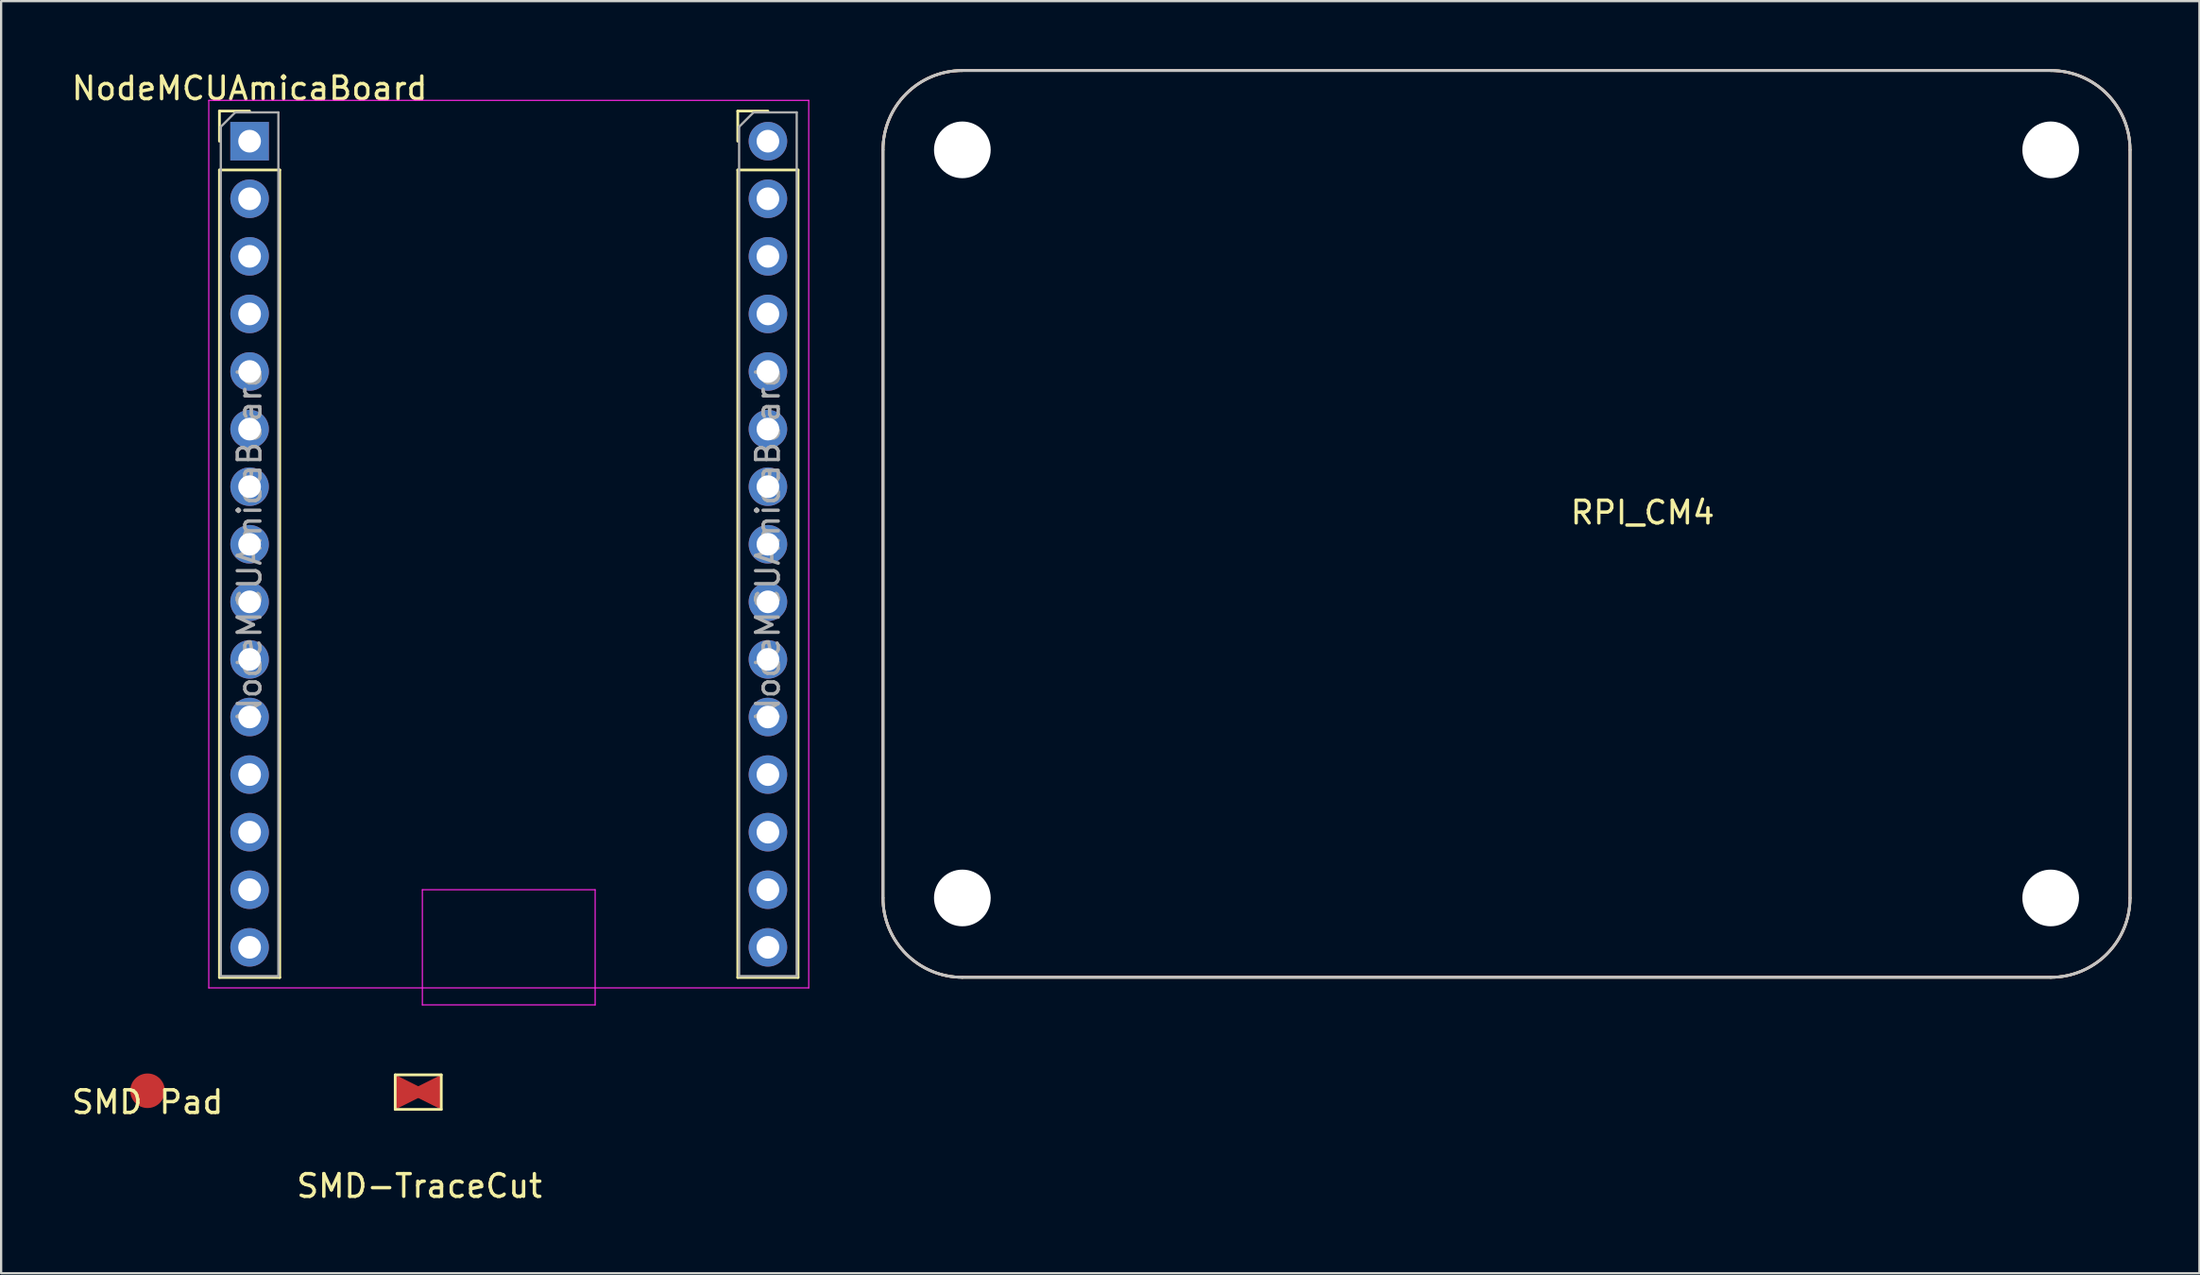
<source format=kicad_pcb>
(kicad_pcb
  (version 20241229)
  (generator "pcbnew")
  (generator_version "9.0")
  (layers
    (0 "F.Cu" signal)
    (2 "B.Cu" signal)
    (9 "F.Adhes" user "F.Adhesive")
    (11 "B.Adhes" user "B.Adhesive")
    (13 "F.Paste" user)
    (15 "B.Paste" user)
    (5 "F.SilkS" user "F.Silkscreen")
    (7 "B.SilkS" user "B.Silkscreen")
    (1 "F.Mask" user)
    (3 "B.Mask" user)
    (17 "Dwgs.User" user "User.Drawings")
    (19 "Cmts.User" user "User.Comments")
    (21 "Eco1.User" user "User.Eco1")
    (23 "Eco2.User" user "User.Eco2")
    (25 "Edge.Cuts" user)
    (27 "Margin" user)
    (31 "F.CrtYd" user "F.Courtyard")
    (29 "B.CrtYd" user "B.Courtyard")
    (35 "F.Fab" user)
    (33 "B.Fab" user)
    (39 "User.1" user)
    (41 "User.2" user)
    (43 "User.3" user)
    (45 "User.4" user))
  (footprint "SMD-TraceCut"
    (layer "F.Cu")
    (at 15.396 45.125)
    (property "Reference" "SMD-TraceCut" (at 0.051 4.14 0) (layer "F.SilkS") (effects (font (size 1 1) (thickness 0.15))))
    (attr through_hole)
    (fp_line (start -1.016 -0.762) (end 1.016 -0.762) (stroke (width 0.12) (type solid)) (layer "F.SilkS"))
    (fp_line (start -1.016 0.762) (end -1.016 -0.762) (stroke (width 0.12) (type solid)) (layer "F.SilkS"))
    (fp_line (start 1.016 -0.762) (end 1.016 0.762) (stroke (width 0.12) (type solid)) (layer "F.SilkS"))
    (fp_line (start 1.016 0.762) (end -1.016 0.762) (stroke (width 0.12) (type solid)) (layer "F.SilkS"))
    (pad "1" smd trapezoid (at -0.483 0 270) (size 1 1) (rect_delta 0 0.5) (layers "F.Cu" "F.Mask" "F.Paste"))
    (pad "1" smd trapezoid (at 0.483 0 90) (size 1 1) (rect_delta 0 0.5) (layers "F.Cu" "F.Mask" "F.Paste")))
  (footprint "RPI_CM4"
    (layer "F.Cu")
    (at 35.893 40.06)
    (property "Reference" "RPI_CM4" (at 33.5 -20.5 0) (layer "F.SilkS") (effects (font (size 1 1) (thickness 0.15))))
    (attr through_hole)
    (fp_line (start 0 -3.5) (end 0 -36.5) (stroke (width 0.12) (type solid)) (layer "F.SilkS"))
    (fp_line (start 3.5 -40) (end 51.5 -40) (stroke (width 0.12) (type solid)) (layer "F.SilkS"))
    (fp_line (start 3.5 0) (end 51.5 0) (stroke (width 0.12) (type solid)) (layer "F.SilkS"))
    (fp_line (start 55 -3.5) (end 55 -36.5) (stroke (width 0.12) (type solid)) (layer "F.SilkS"))
    (fp_arc (start 0 -36.5) (mid 1.025126 -38.974874) (end 3.5 -40) (stroke (width 0.12) (type solid)) (layer "F.SilkS"))
    (fp_arc (start 3.5 0) (mid 1.025126 -1.025126) (end 0 -3.5) (stroke (width 0.12) (type solid)) (layer "F.SilkS"))
    (fp_arc (start 51.5 -40) (mid 53.974874 -38.974874) (end 55 -36.5) (stroke (width 0.12) (type solid)) (layer "F.SilkS"))
    (fp_arc (start 55 -3.5) (mid 53.974874 -1.025126) (end 51.5 0) (stroke (width 0.12) (type solid)) (layer "F.SilkS"))
    (fp_line (start 0 -3.5) (end 0 -36.5) (stroke (width 0.12) (type solid)) (layer "B.SilkS"))
    (fp_line (start 3.5 -40) (end 51.5 -40) (stroke (width 0.12) (type solid)) (layer "B.SilkS"))
    (fp_line (start 3.5 0) (end 51.5 0) (stroke (width 0.12) (type solid)) (layer "B.SilkS"))
    (fp_line (start 55 -3.5) (end 55 -36.5) (stroke (width 0.12) (type solid)) (layer "B.SilkS"))
    (fp_arc (start 0 -36.5) (mid 1.025126 -38.974874) (end 3.5 -40) (stroke (width 0.12) (type solid)) (layer "B.SilkS"))
    (fp_arc (start 3.5 0) (mid 1.025126 -1.025126) (end 0 -3.5) (stroke (width 0.12) (type solid)) (layer "B.SilkS"))
    (fp_arc (start 51.5 -40) (mid 53.974874 -38.974874) (end 55 -36.5) (stroke (width 0.12) (type solid)) (layer "B.SilkS"))
    (fp_arc (start 55 -3.5) (mid 53.974874 -1.025126) (end 51.5 0) (stroke (width 0.12) (type solid)) (layer "B.SilkS"))
    (fp_line (start 0 -3.5) (end 0 -36.5) (stroke (width 0.12) (type solid)) (layer "Dwgs.User"))
    (fp_line (start 3.5 -40) (end 51.5 -40) (stroke (width 0.12) (type solid)) (layer "Dwgs.User"))
    (fp_line (start 3.5 0) (end 51.5 0) (stroke (width 0.12) (type solid)) (layer "Dwgs.User"))
    (fp_line (start 55 -3.5) (end 55 -36.5) (stroke (width 0.12) (type solid)) (layer "Dwgs.User"))
    (fp_arc (start 0 -36.5) (mid 1.025126 -38.974874) (end 3.5 -40) (stroke (width 0.12) (type solid)) (layer "Dwgs.User"))
    (fp_arc (start 3.5 0) (mid 1.025126 -1.025126) (end 0 -3.5) (stroke (width 0.12) (type solid)) (layer "Dwgs.User"))
    (fp_arc (start 51.5 -40) (mid 53.974874 -38.974874) (end 55 -36.5) (stroke (width 0.12) (type solid)) (layer "Dwgs.User"))
    (fp_arc (start 55 -3.5) (mid 53.974874 -1.025126) (end 51.5 0) (stroke (width 0.12) (type solid)) (layer "Dwgs.User"))
    (pad "" np_thru_hole circle (at 3.5 -36.5) (size 2.5 2.5) (drill 2.5) (layers "*.Cu" "*.Mask"))
    (pad "" np_thru_hole circle (at 3.5 -3.5) (size 2.5 2.5) (drill 2.5) (layers "*.Cu" "*.Mask"))
    (pad "" np_thru_hole circle (at 51.5 -36.5) (size 2.5 2.5) (drill 2.5) (layers "*.Cu" "*.Mask"))
    (pad "" np_thru_hole circle (at 51.5 -3.5) (size 2.5 2.5) (drill 2.5) (layers "*.Cu" "*.Mask")))
  (footprint "NodeMCUAmicaBoard"
    (layer "F.Cu")
    (at 7.958 3.178)
    (property "Reference" "NodeMCUAmicaBoard" (at 0 -2.33 0) (layer "F.SilkS") (effects (font (size 1 1) (thickness 0.15))))
    (attr through_hole)
    (fp_line (start -1.33 -1.33) (end 0 -1.33) (stroke (width 0.12) (type solid)) (layer "F.SilkS"))
    (fp_line (start -1.33 0) (end -1.33 -1.33) (stroke (width 0.12) (type solid)) (layer "F.SilkS"))
    (fp_line (start -1.33 1.27) (end -1.33 36.89) (stroke (width 0.12) (type solid)) (layer "F.SilkS"))
    (fp_line (start -1.33 1.27) (end 1.33 1.27) (stroke (width 0.12) (type solid)) (layer "F.SilkS"))
    (fp_line (start -1.33 36.89) (end 1.33 36.89) (stroke (width 0.12) (type solid)) (layer "F.SilkS"))
    (fp_line (start 1.33 1.27) (end 1.33 36.89) (stroke (width 0.12) (type solid)) (layer "F.SilkS"))
    (fp_line (start 21.53 -1.33) (end 22.86 -1.33) (stroke (width 0.12) (type solid)) (layer "F.SilkS"))
    (fp_line (start 21.53 0) (end 21.53 -1.33) (stroke (width 0.12) (type solid)) (layer "F.SilkS"))
    (fp_line (start 21.53 1.27) (end 21.53 36.89) (stroke (width 0.12) (type solid)) (layer "F.SilkS"))
    (fp_line (start 21.53 1.27) (end 24.19 1.27) (stroke (width 0.12) (type solid)) (layer "F.SilkS"))
    (fp_line (start 21.53 36.89) (end 24.19 36.89) (stroke (width 0.12) (type solid)) (layer "F.SilkS"))
    (fp_line (start 24.19 1.27) (end 24.19 36.89) (stroke (width 0.12) (type solid)) (layer "F.SilkS"))
    (fp_line (start -1.8 -1.8) (end -1.8 37.35) (stroke (width 0.05) (type solid)) (layer "F.CrtYd"))
    (fp_line (start -1.8 37.35) (end 24.66 37.35) (stroke (width 0.05) (type solid)) (layer "F.CrtYd"))
    (fp_line (start 7.62 33.02) (end 15.24 33.02) (stroke (width 0.05) (type solid)) (layer "F.CrtYd"))
    (fp_line (start 7.62 38.1) (end 7.62 33.02) (stroke (width 0.05) (type solid)) (layer "F.CrtYd"))
    (fp_line (start 7.62 38.1) (end 15.24 38.1) (stroke (width 0.05) (type solid)) (layer "F.CrtYd"))
    (fp_line (start 15.24 38.1) (end 15.24 33.02) (stroke (width 0.05) (type solid)) (layer "F.CrtYd"))
    (fp_line (start 24.66 -1.8) (end -1.8 -1.8) (stroke (width 0.05) (type solid)) (layer "F.CrtYd"))
    (fp_line (start 24.66 37.35) (end 24.66 -1.8) (stroke (width 0.05) (type solid)) (layer "F.CrtYd"))
    (fp_line (start -1.27 -0.635) (end -0.635 -1.27) (stroke (width 0.1) (type solid)) (layer "F.Fab"))
    (fp_line (start -1.27 36.83) (end -1.27 -0.635) (stroke (width 0.1) (type solid)) (layer "F.Fab"))
    (fp_line (start -0.635 -1.27) (end 1.27 -1.27) (stroke (width 0.1) (type solid)) (layer "F.Fab"))
    (fp_line (start 1.27 -1.27) (end 1.27 36.83) (stroke (width 0.1) (type solid)) (layer "F.Fab"))
    (fp_line (start 1.27 36.83) (end -1.27 36.83) (stroke (width 0.1) (type solid)) (layer "F.Fab"))
    (fp_line (start 21.59 -0.635) (end 22.225 -1.27) (stroke (width 0.1) (type solid)) (layer "F.Fab"))
    (fp_line (start 21.59 36.83) (end 21.59 -0.635) (stroke (width 0.1) (type solid)) (layer "F.Fab"))
    (fp_line (start 22.225 -1.27) (end 24.13 -1.27) (stroke (width 0.1) (type solid)) (layer "F.Fab"))
    (fp_line (start 24.13 -1.27) (end 24.13 36.83) (stroke (width 0.1) (type solid)) (layer "F.Fab"))
    (fp_line (start 24.13 36.83) (end 21.59 36.83) (stroke (width 0.1) (type solid)) (layer "F.Fab"))
    (fp_text user "${REFERENCE}" (at 22.86 17.78 90) (layer "F.Fab") (effects (font (size 1 1) (thickness 0.15))))
    (fp_text user "${REFERENCE}" (at 0 17.78 90) (layer "F.Fab") (effects (font (size 1 1) (thickness 0.15))))
    (pad "1" thru_hole rect (at 0 0) (size 1.7 1.7) (drill 1) (layers "*.Cu" "*.Mask"))
    (pad "2" thru_hole oval (at 0 2.54) (size 1.7 1.7) (drill 1) (layers "*.Cu" "*.Mask"))
    (pad "3" thru_hole oval (at 0 5.08) (size 1.7 1.7) (drill 1) (layers "*.Cu" "*.Mask"))
    (pad "4" thru_hole oval (at 0 7.62) (size 1.7 1.7) (drill 1) (layers "*.Cu" "*.Mask"))
    (pad "5" thru_hole oval (at 0 10.16) (size 1.7 1.7) (drill 1) (layers "*.Cu" "*.Mask"))
    (pad "6" thru_hole oval (at 0 12.7) (size 1.7 1.7) (drill 1) (layers "*.Cu" "*.Mask"))
    (pad "7" thru_hole oval (at 0 15.24) (size 1.7 1.7) (drill 1) (layers "*.Cu" "*.Mask"))
    (pad "8" thru_hole oval (at 0 17.78) (size 1.7 1.7) (drill 1) (layers "*.Cu" "*.Mask"))
    (pad "9" thru_hole oval (at 0 20.32) (size 1.7 1.7) (drill 1) (layers "*.Cu" "*.Mask"))
    (pad "10" thru_hole oval (at 0 22.86) (size 1.7 1.7) (drill 1) (layers "*.Cu" "*.Mask"))
    (pad "11" thru_hole oval (at 0 25.4) (size 1.7 1.7) (drill 1) (layers "*.Cu" "*.Mask"))
    (pad "12" thru_hole oval (at 0 27.94) (size 1.7 1.7) (drill 1) (layers "*.Cu" "*.Mask"))
    (pad "13" thru_hole oval (at 0 30.48) (size 1.7 1.7) (drill 1) (layers "*.Cu" "*.Mask"))
    (pad "14" thru_hole oval (at 0 33.02) (size 1.7 1.7) (drill 1) (layers "*.Cu" "*.Mask"))
    (pad "15" thru_hole oval (at 0 35.56) (size 1.7 1.7) (drill 1) (layers "*.Cu" "*.Mask"))
    (pad "16" thru_hole oval (at 22.86 35.56) (size 1.7 1.7) (drill 1) (layers "*.Cu" "*.Mask"))
    (pad "17" thru_hole oval (at 22.86 33.02) (size 1.7 1.7) (drill 1) (layers "*.Cu" "*.Mask"))
    (pad "18" thru_hole oval (at 22.86 30.48) (size 1.7 1.7) (drill 1) (layers "*.Cu" "*.Mask"))
    (pad "19" thru_hole oval (at 22.86 27.94) (size 1.7 1.7) (drill 1) (layers "*.Cu" "*.Mask"))
    (pad "20" thru_hole oval (at 22.86 25.4) (size 1.7 1.7) (drill 1) (layers "*.Cu" "*.Mask"))
    (pad "21" thru_hole oval (at 22.86 22.86) (size 1.7 1.7) (drill 1) (layers "*.Cu" "*.Mask"))
    (pad "22" thru_hole oval (at 22.86 20.32) (size 1.7 1.7) (drill 1) (layers "*.Cu" "*.Mask"))
    (pad "23" thru_hole oval (at 22.86 17.78) (size 1.7 1.7) (drill 1) (layers "*.Cu" "*.Mask"))
    (pad "24" thru_hole oval (at 22.86 15.24) (size 1.7 1.7) (drill 1) (layers "*.Cu" "*.Mask"))
    (pad "25" thru_hole oval (at 22.86 12.7) (size 1.7 1.7) (drill 1) (layers "*.Cu" "*.Mask"))
    (pad "26" thru_hole oval (at 22.86 10.16) (size 1.7 1.7) (drill 1) (layers "*.Cu" "*.Mask"))
    (pad "27" thru_hole oval (at 22.86 7.62) (size 1.7 1.7) (drill 1) (layers "*.Cu" "*.Mask"))
    (pad "28" thru_hole oval (at 22.86 5.08) (size 1.7 1.7) (drill 1) (layers "*.Cu" "*.Mask"))
    (pad "29" thru_hole oval (at 22.86 2.54) (size 1.7 1.7) (drill 1) (layers "*.Cu" "*.Mask"))
    (pad "30" thru_hole circle (at 22.86 0) (size 1.7 1.7) (drill 1) (layers "*.Cu" "*.Mask")))
  (footprint "SMD Pad"
    (layer "F.Cu")
    (at 3.458 45.065)
    (property "Reference" "SMD Pad" (at 0 0.5 0) (layer "F.SilkS") (effects (font (size 1 1) (thickness 0.15))))
    (attr through_hole)
    (pad "1" smd circle (at 0 0) (size 1.524 1.524) (layers "F.Cu" "F.Mask" "F.Paste")))
  (gr_rect
    (start -3 -3)
    (end 93.953 53.114)
    (stroke (width 0.1) (type default))
    (fill no)
    (layer "Edge.Cuts")))
</source>
